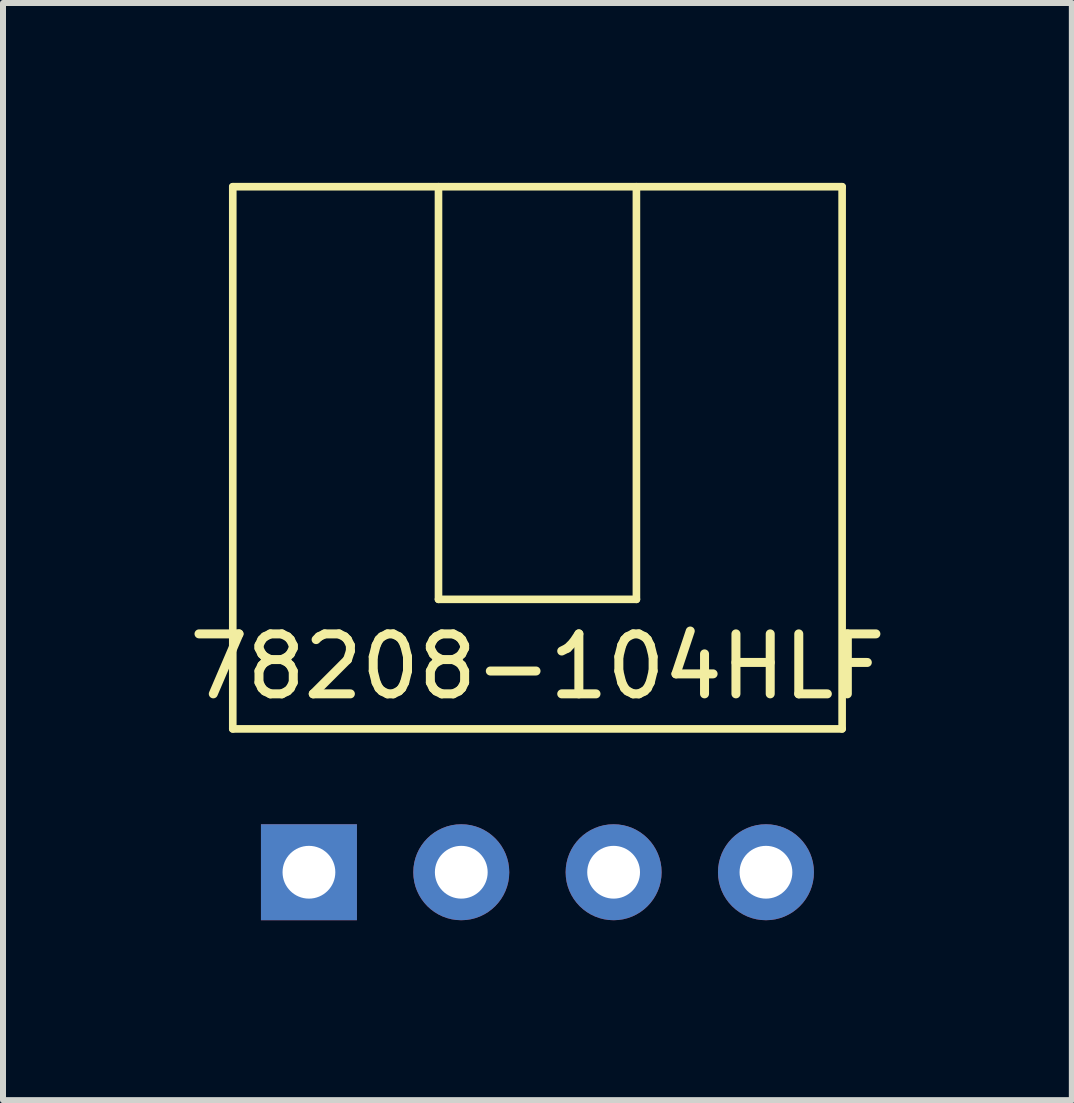
<source format=kicad_pcb>
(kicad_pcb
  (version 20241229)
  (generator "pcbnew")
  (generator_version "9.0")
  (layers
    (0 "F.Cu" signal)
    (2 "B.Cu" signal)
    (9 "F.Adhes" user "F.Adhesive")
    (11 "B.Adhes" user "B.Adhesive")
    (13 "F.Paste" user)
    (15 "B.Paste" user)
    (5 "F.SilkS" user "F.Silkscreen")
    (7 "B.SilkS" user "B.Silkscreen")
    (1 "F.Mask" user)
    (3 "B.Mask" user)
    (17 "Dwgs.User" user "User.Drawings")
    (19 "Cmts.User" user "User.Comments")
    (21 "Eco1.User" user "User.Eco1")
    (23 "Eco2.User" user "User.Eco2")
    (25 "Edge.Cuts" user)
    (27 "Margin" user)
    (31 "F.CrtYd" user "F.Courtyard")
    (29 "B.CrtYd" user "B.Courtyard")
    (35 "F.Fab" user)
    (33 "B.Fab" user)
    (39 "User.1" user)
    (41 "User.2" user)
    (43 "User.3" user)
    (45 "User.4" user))
  (footprint "78208-104HLF"
    (layer "F.Cu")
    (at 5.911 11.493)
    (property "Reference" "78208-104HLF" (at 0 -3.429 0) (layer "F.SilkS") (effects (font (size 1 1) (thickness 0.15))))
    (attr through_hole)
    (fp_line (start -5.08 -2.39) (end -5.08 -11.43) (stroke (width 0.127) (type solid)) (layer "F.SilkS"))
    (fp_line (start -1.65 -4.55) (end -1.65 -11.43) (stroke (width 0.127) (type solid)) (layer "F.SilkS"))
    (fp_line (start 1.65 -11.43) (end 1.65 -4.55) (stroke (width 0.127) (type solid)) (layer "F.SilkS"))
    (fp_line (start 1.65 -4.55) (end -1.65 -4.55) (stroke (width 0.127) (type solid)) (layer "F.SilkS"))
    (fp_line (start 5.08 -11.43) (end -5.08 -11.43) (stroke (width 0.127) (type solid)) (layer "F.SilkS"))
    (fp_line (start 5.08 -2.39) (end -5.08 -2.39) (stroke (width 0.127) (type solid)) (layer "F.SilkS"))
    (fp_line (start 5.08 -2.39) (end 5.08 -11.43) (stroke (width 0.127) (type solid)) (layer "F.SilkS"))
    (pad "1" thru_hole rect (at -3.81 0) (size 1.6 1.6) (drill 0.88) (layers "*.Cu" "*.Mask"))
    (pad "2" thru_hole circle (at -1.27 0) (size 1.6 1.6) (drill 0.88) (layers "*.Cu" "*.Mask"))
    (pad "3" thru_hole circle (at 1.27 0) (size 1.6 1.6) (drill 0.88) (layers "*.Cu" "*.Mask"))
    (pad "4" thru_hole circle (at 3.81 0) (size 1.6 1.6) (drill 0.88) (layers "*.Cu" "*.Mask")))
  (gr_rect
    (start -3 -3)
    (end 14.821 15.293)
    (stroke (width 0.1) (type default))
    (fill no)
    (layer "Edge.Cuts")))
</source>
